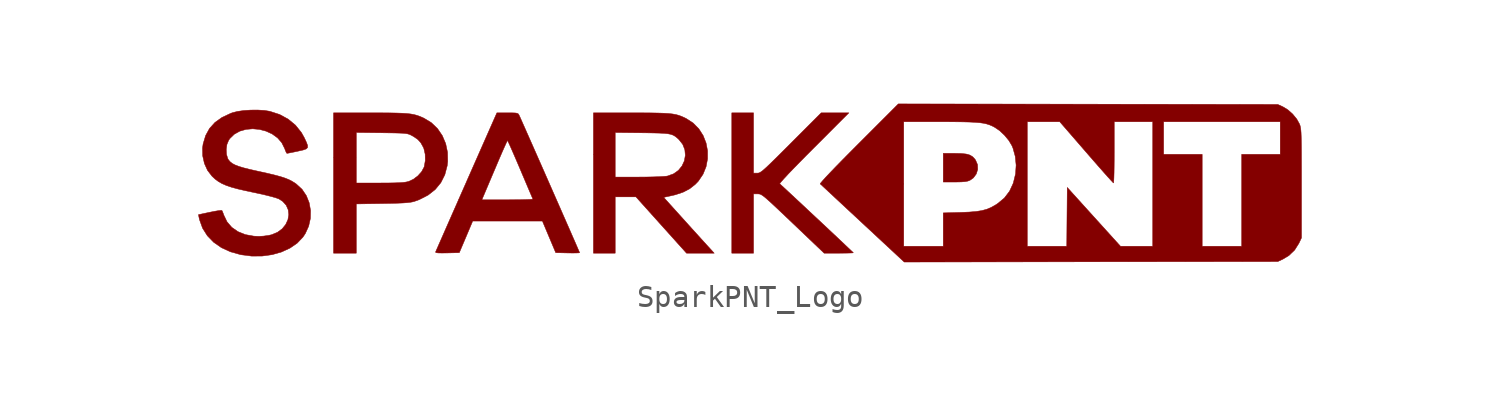
<source format=kicad_sym>
(kicad_symbol_lib
  (version 20231120)
  (generator "kicad_symbol_editor")
  (generator_version "8.0")
  (symbol "SparkPNT_Logo"
    (pin_names
      (offset 1.016))
    (property "Reference" "G"
      (at 0 4.445 0)
      (effects (font (size 1.27 1.27)) (hide yes)))
    (symbol "SparkPNT_Logo_0_0"
      (polyline (pts (xy 9.364 0.045) (xy 9.601 0.05) (xy 9.771 0.063) (xy 9.894 0.087) (xy 9.989 0.123) (xy 10.147 0.235) (xy 10.277 0.411) (xy 10.341 0.617) (xy 10.333 0.832) (xy 10.246 1.035) (xy 10.209 1.088) (xy 10.107 1.195) (xy 9.983 1.268) (xy 9.819 1.314) (xy 9.599 1.337) (xy 9.307 1.344) (xy 8.78 1.344) (xy 8.78 0.694) (xy 8.78 0.045) (xy 9.307 0.045) (xy 9.364 0.045)) (stroke (width 0.01) (type default)) (fill (type outline)))
      (polyline (pts (xy 0.179 -1.837) (xy 0.179 -0.493) (xy 0.37 -0.493) (xy 0.383 -0.494) (xy 0.429 -0.496) (xy 0.476 -0.506) (xy 0.529 -0.53) (xy 0.595 -0.572) (xy 0.681 -0.637) (xy 0.793 -0.733) (xy 0.937 -0.862) (xy 1.121 -1.032) (xy 1.35 -1.248) (xy 1.631 -1.514) (xy 1.97 -1.837) (xy 3.381 -3.181) (xy 4.042 -3.181) (xy 4.153 -3.18) (xy 4.371 -3.178) (xy 4.545 -3.174) (xy 4.662 -3.169) (xy 4.704 -3.162) (xy 4.683 -3.141) (xy 4.604 -3.065) (xy 4.473 -2.941) (xy 4.298 -2.775) (xy 4.085 -2.574) (xy 3.843 -2.346) (xy 3.579 -2.098) (xy 3.3 -1.837) (xy 3.014 -1.569) (xy 2.728 -1.302) (xy 2.451 -1.042) (xy 2.188 -0.797) (xy 1.949 -0.574) (xy 1.739 -0.379) (xy 1.568 -0.22) (xy 1.441 -0.103) (xy 1.367 -0.036) (xy 1.376 -0.015) (xy 1.44 0.066) (xy 1.562 0.203) (xy 1.738 0.393) (xy 1.965 0.63) (xy 2.239 0.911) (xy 2.556 1.233) (xy 2.913 1.591) (xy 4.502 3.181) (xy 3.874 3.181) (xy 3.247 3.181) (xy 1.881 1.814) (xy 1.596 1.529) (xy 1.314 1.248) (xy 1.084 1.021) (xy 0.899 0.841) (xy 0.753 0.703) (xy 0.64 0.602) (xy 0.554 0.532) (xy 0.487 0.487) (xy 0.435 0.461) (xy 0.391 0.45) (xy 0.347 0.448) (xy 0.179 0.448) (xy 0.179 1.814) (xy 0.179 3.181) (xy -0.314 3.181) (xy -0.806 3.181) (xy -0.806 0) (xy -0.806 -3.181) (xy -0.314 -3.181) (xy 0.179 -3.181) (xy 0.179 -1.837)) (stroke (width 0.01) (type default)) (fill (type outline)))
      (polyline (pts (xy -17.829 -2.065) (xy -17.829 -0.949) (xy -16.631 -0.93) (xy -16.255 -0.923) (xy -15.952 -0.915) (xy -15.714 -0.905) (xy -15.531 -0.892) (xy -15.389 -0.876) (xy -15.279 -0.856) (xy -15.186 -0.831) (xy -14.973 -0.753) (xy -14.576 -0.55) (xy -14.25 -0.294) (xy -13.996 0.015) (xy -13.815 0.375) (xy -13.707 0.785) (xy -13.685 0.975) (xy -13.693 1.391) (xy -13.776 1.785) (xy -13.93 2.148) (xy -14.148 2.468) (xy -14.427 2.735) (xy -14.761 2.938) (xy -14.828 2.969) (xy -14.955 3.023) (xy -15.079 3.067) (xy -15.21 3.102) (xy -15.358 3.129) (xy -15.534 3.149) (xy -15.747 3.163) (xy -16.01 3.172) (xy -16.33 3.178) (xy -16.72 3.18) (xy -17.189 3.181) (xy -18.86 3.181) (xy -18.86 1.146) (xy -17.829 1.146) (xy -17.829 2.291) (xy -16.676 2.277) (xy -16.405 2.273) (xy -16.113 2.269) (xy -15.889 2.263) (xy -15.722 2.256) (xy -15.598 2.244) (xy -15.506 2.229) (xy -15.433 2.208) (xy -15.368 2.18) (xy -15.298 2.143) (xy -15.24 2.111) (xy -15.043 1.977) (xy -14.902 1.821) (xy -14.787 1.613) (xy -14.765 1.56) (xy -14.706 1.303) (xy -14.7 1.019) (xy -14.748 0.744) (xy -14.757 0.718) (xy -14.865 0.517) (xy -15.034 0.327) (xy -15.24 0.171) (xy -15.458 0.07) (xy -15.471 0.067) (xy -15.575 0.043) (xy -15.707 0.026) (xy -15.879 0.014) (xy -16.104 0.006) (xy -16.395 0.001) (xy -16.762 0) (xy -17.829 0) (xy -17.829 1.146) (xy -18.86 1.146) (xy -18.86 0) (xy -18.86 -3.181) (xy -18.345 -3.181) (xy -17.829 -3.181) (xy -17.829 -2.065)) (stroke (width 0.01) (type default)) (fill (type outline)))
      (polyline (pts (xy -6.092 -1.904) (xy -6.092 -0.627) (xy -5.623 -0.627) (xy -5.153 -0.627) (xy -4.006 -1.904) (xy -2.858 -3.181) (xy -2.231 -3.181) (xy -1.603 -3.181) (xy -1.961 -2.789) (xy -2.04 -2.701) (xy -2.204 -2.521) (xy -2.406 -2.298) (xy -2.633 -2.048) (xy -2.87 -1.785) (xy -3.106 -1.524) (xy -3.894 -0.651) (xy -3.534 -0.573) (xy -3.366 -0.534) (xy -3.013 -0.416) (xy -2.717 -0.262) (xy -2.461 -0.06) (xy -2.319 0.089) (xy -2.11 0.399) (xy -1.972 0.739) (xy -1.905 1.096) (xy -1.905 1.459) (xy -1.973 1.815) (xy -2.105 2.151) (xy -2.301 2.457) (xy -2.558 2.718) (xy -2.875 2.924) (xy -2.97 2.97) (xy -3.091 3.024) (xy -3.212 3.068) (xy -3.342 3.103) (xy -3.492 3.13) (xy -3.671 3.15) (xy -3.89 3.163) (xy -4.159 3.172) (xy -4.487 3.178) (xy -4.885 3.18) (xy -5.363 3.181) (xy -7.078 3.181) (xy -7.078 1.279) (xy -6.092 1.279) (xy -6.092 2.29) (xy -4.872 2.276) (xy -4.736 2.275) (xy -4.378 2.269) (xy -4.094 2.262) (xy -3.873 2.251) (xy -3.702 2.233) (xy -3.571 2.207) (xy -3.468 2.17) (xy -3.381 2.121) (xy -3.299 2.058) (xy -3.21 1.977) (xy -3.201 1.968) (xy -3.03 1.751) (xy -2.935 1.509) (xy -2.912 1.256) (xy -2.956 1.006) (xy -3.063 0.773) (xy -3.228 0.571) (xy -3.448 0.415) (xy -3.719 0.318) (xy -3.755 0.311) (xy -3.901 0.298) (xy -4.115 0.286) (xy -4.383 0.277) (xy -4.69 0.271) (xy -5.019 0.269) (xy -6.092 0.269) (xy -6.092 1.279) (xy -7.078 1.279) (xy -7.078 0) (xy -7.078 -3.181) (xy -6.585 -3.181) (xy -6.092 -3.181) (xy -6.092 -1.904)) (stroke (width 0.01) (type default)) (fill (type outline)))
      (polyline (pts (xy -13.707 -3.171) (xy -13.159 -3.158) (xy -12.855 -2.442) (xy -12.552 -1.725) (xy -10.972 -1.725) (xy -9.392 -1.725) (xy -9.09 -2.442) (xy -8.788 -3.158) (xy -8.246 -3.171) (xy -8.238 -3.171) (xy -8.03 -3.174) (xy -7.861 -3.172) (xy -7.747 -3.167) (xy -7.705 -3.159) (xy -7.711 -3.144) (xy -7.747 -3.06) (xy -7.814 -2.905) (xy -7.908 -2.688) (xy -8.027 -2.417) (xy -8.166 -2.098) (xy -8.323 -1.741) (xy -8.494 -1.352) (xy -8.675 -0.939) (xy -8.864 -0.51) (xy -9.056 -0.073) (xy -9.248 0.364) (xy -9.438 0.795) (xy -9.621 1.21) (xy -9.795 1.604) (xy -9.955 1.966) (xy -10.099 2.291) (xy -10.223 2.571) (xy -10.323 2.797) (xy -10.396 2.961) (xy -10.44 3.057) (xy -10.459 3.096) (xy -10.489 3.137) (xy -10.538 3.162) (xy -10.624 3.175) (xy -10.764 3.18) (xy -10.976 3.181) (xy -11.455 3.181) (xy -12.834 0.056) (xy -12.861 -0.007) (xy -13.081 -0.504) (xy -13.194 -0.762) (xy -12.137 -0.762) (xy -11.98 -0.392) (xy -11.958 -0.34) (xy -11.882 -0.161) (xy -11.782 0.076) (xy -11.665 0.352) (xy -11.538 0.65) (xy -11.411 0.951) (xy -11.335 1.129) (xy -11.224 1.385) (xy -11.127 1.604) (xy -11.05 1.775) (xy -10.997 1.886) (xy -10.974 1.925) (xy -10.965 1.914) (xy -10.926 1.833) (xy -10.858 1.685) (xy -10.767 1.48) (xy -10.657 1.227) (xy -10.531 0.935) (xy -10.395 0.616) (xy -10.322 0.443) (xy -10.191 0.135) (xy -10.074 -0.142) (xy -9.974 -0.377) (xy -9.896 -0.559) (xy -9.844 -0.68) (xy -9.823 -0.728) (xy -9.856 -0.736) (xy -9.968 -0.745) (xy -10.146 -0.751) (xy -10.381 -0.757) (xy -10.66 -0.76) (xy -10.971 -0.762) (xy -12.137 -0.762) (xy -13.194 -0.762) (xy -13.289 -0.978) (xy -13.485 -1.421) (xy -13.663 -1.826) (xy -13.823 -2.189) (xy -13.96 -2.502) (xy -14.073 -2.758) (xy -14.158 -2.952) (xy -14.213 -3.077) (xy -14.234 -3.126) (xy -14.233 -3.143) (xy -14.196 -3.161) (xy -14.103 -3.171) (xy -13.944 -3.174) (xy -13.707 -3.171)) (stroke (width 0.01) (type default)) (fill (type outline)))
      (polyline (pts (xy -22.098 -3.311) (xy -21.642 -3.248) (xy -21.218 -3.127) (xy -20.836 -2.952) (xy -20.509 -2.727) (xy -20.248 -2.453) (xy -20.14 -2.291) (xy -19.988 -1.957) (xy -19.909 -1.604) (xy -19.902 -1.247) (xy -19.964 -0.898) (xy -20.094 -0.573) (xy -20.29 -0.283) (xy -20.551 -0.044) (xy -20.596 -0.013) (xy -20.733 0.074) (xy -20.881 0.151) (xy -21.05 0.22) (xy -21.255 0.287) (xy -21.509 0.356) (xy -21.825 0.432) (xy -22.216 0.519) (xy -22.259 0.528) (xy -22.629 0.611) (xy -22.922 0.684) (xy -23.149 0.752) (xy -23.322 0.818) (xy -23.451 0.886) (xy -23.546 0.961) (xy -23.619 1.045) (xy -23.656 1.108) (xy -23.713 1.301) (xy -23.725 1.525) (xy -23.694 1.747) (xy -23.617 1.934) (xy -23.561 2.016) (xy -23.358 2.213) (xy -23.108 2.351) (xy -22.826 2.431) (xy -22.524 2.457) (xy -22.217 2.429) (xy -21.918 2.35) (xy -21.641 2.222) (xy -21.398 2.046) (xy -21.206 1.825) (xy -21.075 1.562) (xy -21.046 1.482) (xy -21.003 1.382) (xy -20.973 1.343) (xy -20.941 1.348) (xy -20.835 1.368) (xy -20.676 1.4) (xy -20.483 1.44) (xy -20.441 1.45) (xy -20.233 1.497) (xy -20.101 1.544) (xy -20.038 1.607) (xy -20.037 1.703) (xy -20.09 1.847) (xy -20.188 2.056) (xy -20.317 2.287) (xy -20.584 2.62) (xy -20.915 2.894) (xy -21.305 3.106) (xy -21.752 3.251) (xy -21.996 3.29) (xy -22.295 3.308) (xy -22.617 3.306) (xy -22.934 3.285) (xy -23.218 3.244) (xy -23.442 3.187) (xy -23.524 3.157) (xy -23.919 2.971) (xy -24.236 2.745) (xy -24.481 2.474) (xy -24.658 2.152) (xy -24.772 1.775) (xy -24.799 1.587) (xy -24.792 1.231) (xy -24.714 0.886) (xy -24.572 0.572) (xy -24.369 0.309) (xy -24.361 0.301) (xy -24.223 0.174) (xy -24.079 0.067) (xy -23.915 -0.027) (xy -23.721 -0.111) (xy -23.485 -0.191) (xy -23.195 -0.27) (xy -22.84 -0.352) (xy -22.408 -0.443) (xy -22.166 -0.495) (xy -21.883 -0.561) (xy -21.638 -0.624) (xy -21.45 -0.68) (xy -21.333 -0.724) (xy -21.165 -0.832) (xy -21.006 -1.009) (xy -20.915 -1.216) (xy -20.89 -1.439) (xy -20.929 -1.665) (xy -21.029 -1.881) (xy -21.186 -2.075) (xy -21.399 -2.233) (xy -21.665 -2.344) (xy -21.809 -2.376) (xy -22.034 -2.407) (xy -22.247 -2.419) (xy -22.472 -2.409) (xy -22.858 -2.339) (xy -23.193 -2.205) (xy -23.472 -2.011) (xy -23.688 -1.76) (xy -23.835 -1.456) (xy -23.849 -1.414) (xy -23.891 -1.304) (xy -23.92 -1.246) (xy -23.968 -1.242) (xy -24.086 -1.255) (xy -24.256 -1.283) (xy -24.459 -1.324) (xy -24.657 -1.365) (xy -24.823 -1.401) (xy -24.937 -1.425) (xy -24.981 -1.433) (xy -24.981 -1.441) (xy -24.969 -1.509) (xy -24.945 -1.624) (xy -24.935 -1.666) (xy -24.797 -2.048) (xy -24.582 -2.389) (xy -24.297 -2.684) (xy -23.946 -2.929) (xy -23.535 -3.118) (xy -23.071 -3.248) (xy -23.056 -3.251) (xy -22.573 -3.313) (xy -22.098 -3.311)) (stroke (width 0.01) (type default)) (fill (type outline)))
      (polyline (pts (xy 15.477 -3.571) (xy 23.944 -3.561) (xy 24.191 -3.444) (xy 24.448 -3.289) (xy 24.708 -3.04) (xy 24.902 -2.733) (xy 25.019 -2.486) (xy 25.019 -0.022) (xy 25.019 0.016) (xy 25.019 0.545) (xy 25.018 0.993) (xy 25.017 1.366) (xy 25.015 1.673) (xy 25.011 1.922) (xy 25.006 2.12) (xy 25 2.275) (xy 24.991 2.394) (xy 24.98 2.485) (xy 24.967 2.555) (xy 24.952 2.613) (xy 24.933 2.665) (xy 24.928 2.677) (xy 24.802 2.903) (xy 24.617 3.127) (xy 24.4 3.32) (xy 24.177 3.456) (xy 23.944 3.561) (xy 15.343 3.573) (xy 6.742 3.585) (xy 4.951 1.793) (xy 4.617 1.458) (xy 4.243 1.08) (xy 3.923 0.753) (xy 3.66 0.48) (xy 3.455 0.263) (xy 3.31 0.102) (xy 3.225 0.001) (xy 3.204 -0.041) (xy 3.208 -0.045) (xy 6.988 -0.045) (xy 6.988 2.777) (xy 8.657 2.777) (xy 8.833 2.777) (xy 9.288 2.775) (xy 9.667 2.771) (xy 9.979 2.763) (xy 10.234 2.75) (xy 10.442 2.732) (xy 10.613 2.708) (xy 10.756 2.675) (xy 10.881 2.634) (xy 10.999 2.584) (xy 11.117 2.522) (xy 11.338 2.371) (xy 11.561 2.16) (xy 11.756 1.923) (xy 11.895 1.689) (xy 11.941 1.577) (xy 12.043 1.207) (xy 12.083 0.809) (xy 12.058 0.417) (xy 11.955 -0.005) (xy 11.937 -0.045) (xy 12.588 -0.045) (xy 12.588 2.777) (xy 13.325 2.777) (xy 14.061 2.777) (xy 15.262 1.392) (xy 15.374 1.263) (xy 15.627 0.972) (xy 15.86 0.706) (xy 16.066 0.473) (xy 16.239 0.278) (xy 16.373 0.131) (xy 16.461 0.036) (xy 16.497 0.003) (xy 16.5 0.012) (xy 16.509 0.093) (xy 16.516 0.247) (xy 16.522 0.465) (xy 16.526 0.735) (xy 16.529 1.046) (xy 16.53 1.389) (xy 16.53 2.777) (xy 17.404 2.777) (xy 18.277 2.777) (xy 18.277 1.299) (xy 18.77 1.299) (xy 18.77 2.038) (xy 18.77 2.777) (xy 21.413 2.777) (xy 24.056 2.777) (xy 24.056 2.038) (xy 24.056 1.299) (xy 23.183 1.299) (xy 22.309 1.299) (xy 22.309 -0.784) (xy 22.309 -2.867) (xy 21.413 -2.867) (xy 20.517 -2.867) (xy 20.517 -0.784) (xy 20.517 1.299) (xy 19.643 1.299) (xy 18.77 1.299) (xy 18.277 1.299) (xy 18.277 -0.045) (xy 18.277 -2.867) (xy 17.546 -2.867) (xy 16.814 -2.867) (xy 15.608 -1.535) (xy 14.402 -0.202) (xy 14.39 -1.535) (xy 14.379 -2.867) (xy 13.483 -2.867) (xy 12.588 -2.867) (xy 12.588 -0.045) (xy 11.937 -0.045) (xy 11.786 -0.371) (xy 11.55 -0.68) (xy 11.244 -0.933) (xy 11.139 -1.001) (xy 10.944 -1.11) (xy 10.745 -1.192) (xy 10.526 -1.251) (xy 10.27 -1.291) (xy 9.959 -1.317) (xy 9.575 -1.333) (xy 8.78 -1.355) (xy 8.78 -2.111) (xy 8.78 -2.867) (xy 7.884 -2.867) (xy 6.988 -2.867) (xy 6.988 -0.045) (xy 3.208 -0.045) (xy 3.23 -0.065) (xy 3.317 -0.146) (xy 3.458 -0.278) (xy 3.649 -0.456) (xy 3.883 -0.674) (xy 4.154 -0.926) (xy 4.456 -1.207) (xy 4.783 -1.511) (xy 5.129 -1.833) (xy 7.011 -3.582) (xy 15.477 -3.571)) (stroke (width 0.01) (type default)) (fill (type outline))))))
</source>
